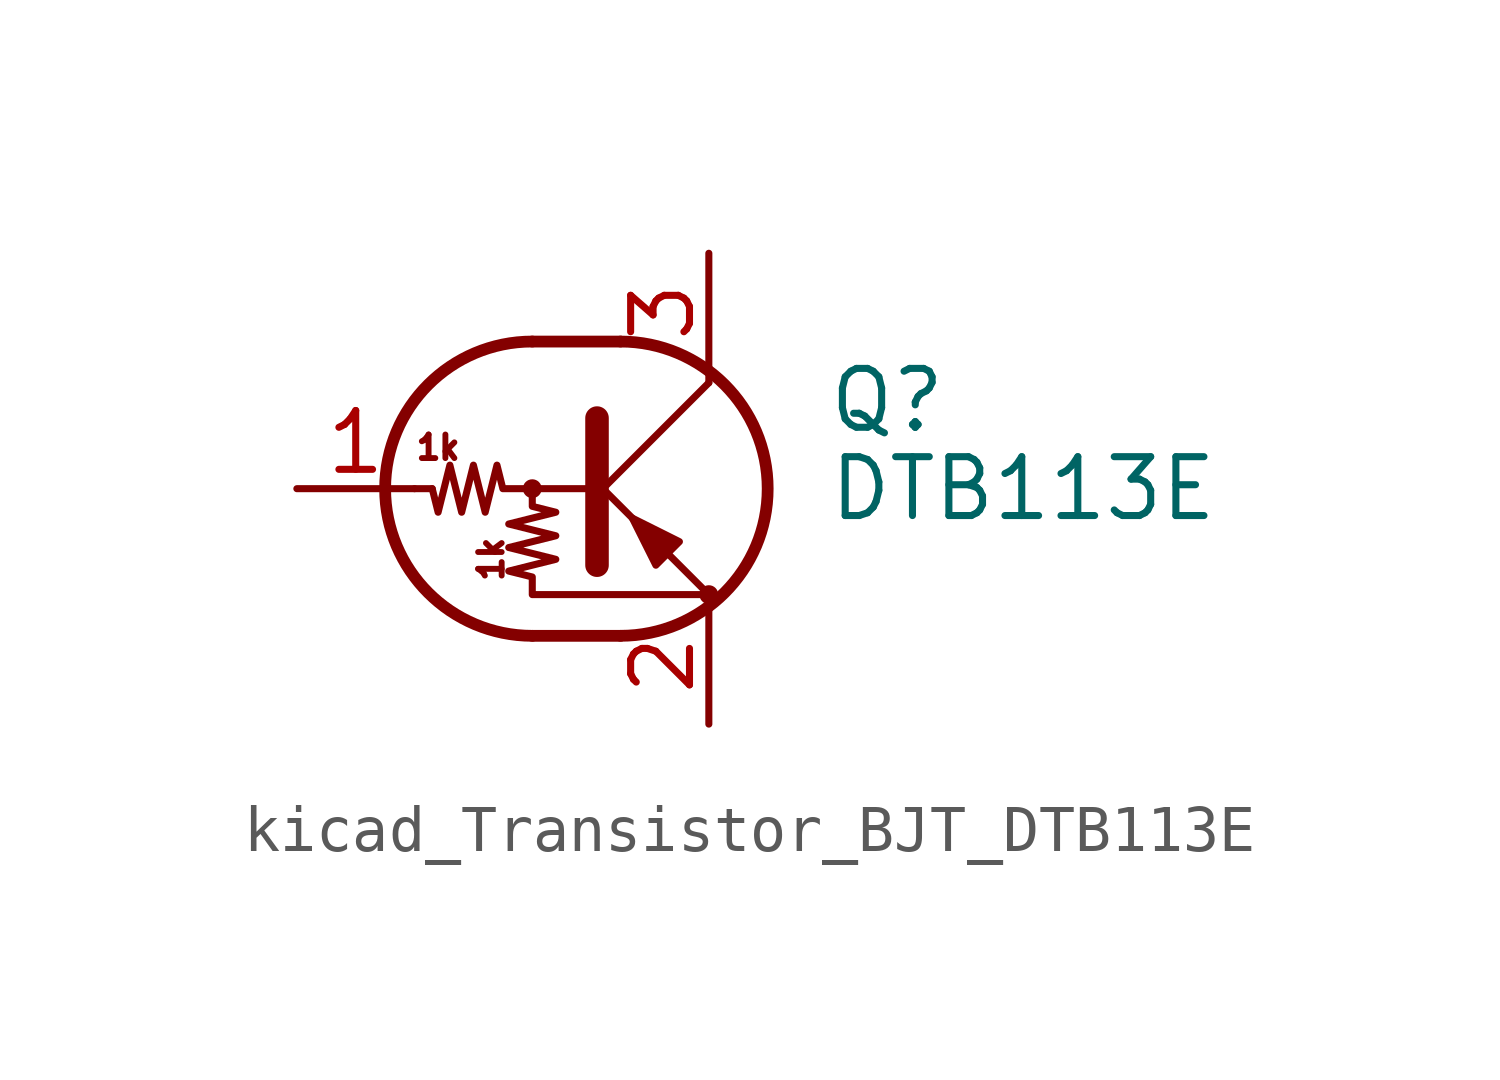
<source format=kicad_sym>
(kicad_symbol_lib
  (version 20220914)
  (generator kicad_symbol_editor)
  (symbol "kicad_Transistor_BJT_DTB113E"
    (pin_names
      (offset 0) hide)
    (property "Reference" "Q"
      (at 5.08 1.905 0)
      (effects (font (size 1.27 1.27)) (justify left)))
    (property "Value" "DTB113E"
      (at 5.08 0 0)
      (effects (font (size 1.27 1.27)) (justify left)))
    (symbol "kicad_Transistor_BJT_DTB113E_0_0"
      (text "1k" (at -3.302 0.889 0) (effects (font (size 0.508 0.508))))
      (text "1k" (at -2.159 -1.524 900) (effects (font (size 0.508 0.508)))))
    (symbol "kicad_Transistor_BJT_DTB113E_0_1"
      (circle (center -1.27 0) (radius 0.127) (stroke (width 0) (type default)) (fill (type none)))
      (arc (start -1.27 3.175) (mid -4.4312 0) (end -1.27 -3.175) (stroke (width 0.254) (type default)) (fill (type none)))
      (polyline (pts (xy -3.429 0) (xy -3.81 0)) (stroke (width 0) (type default)) (fill (type none)))
      (polyline (pts (xy -1.27 -3.175) (xy 0.635 -3.175)) (stroke (width 0.254) (type default)) (fill (type none)))
      (polyline (pts (xy -1.27 3.175) (xy 0.635 3.175)) (stroke (width 0.254) (type default)) (fill (type none)))
      (polyline (pts (xy 0 -0.254) (xy 2.54 2.286)) (stroke (width 0) (type default)) (fill (type none)))
      (polyline (pts (xy 0.127 1.524) (xy 0.127 -1.651)) (stroke (width 0.508) (type default)) (fill (type outline)))
      (polyline (pts (xy 2.54 2.286) (xy 2.54 2.54)) (stroke (width 0) (type default)) (fill (type none)))
      (polyline (pts (xy 2.54 -2.286) (xy 0 0.254) (xy 0 0.254)) (stroke (width 0) (type default)) (fill (type none)))
      (polyline (pts (xy 1.397 -1.651) (xy 1.905 -1.143) (xy 0.889 -0.635) (xy 1.397 -1.651)) (stroke (width 0) (type default)) (fill (type outline)))
      (polyline (pts (xy 0 0) (xy -1.905 0) (xy -2.032 0.508) (xy -2.286 -0.508) (xy -2.54 0.508) (xy -2.794 -0.508) (xy -3.048 0.508) (xy -3.302 -0.508) (xy -3.429 0)) (stroke (width 0) (type default)) (fill (type none)))
      (polyline (pts (xy -1.27 0) (xy -1.27 -0.381) (xy -0.762 -0.508) (xy -1.778 -0.762) (xy -0.762 -1.016) (xy -1.778 -1.27) (xy -0.762 -1.524) (xy -1.778 -1.778) (xy -1.27 -1.905) (xy -1.27 -2.286) (xy 2.54 -2.286)) (stroke (width 0) (type default)) (fill (type none)))
      (arc (start 0.635 -3.175) (mid 3.7962 0) (end 0.635 3.175) (stroke (width 0.254) (type default)) (fill (type none)))
      (circle (center 2.54 -2.286) (radius 0.127) (stroke (width 0) (type default)) (fill (type none))))
    (symbol "kicad_Transistor_BJT_DTB113E_1_1"
      (pin input line (at -6.35 0 0) (length 2.54) (name "B" (effects (font (size 1.27 1.27)))) (number "1" (effects (font (size 1.27 1.27)))))
      (pin passive line (at 2.54 -5.08 90) (length 2.54) (name "E" (effects (font (size 1.27 1.27)))) (number "2" (effects (font (size 1.27 1.27)))))
      (pin passive line (at 2.54 5.08 270) (length 2.54) (name "C" (effects (font (size 1.27 1.27)))) (number "3" (effects (font (size 1.27 1.27))))))))
</source>
